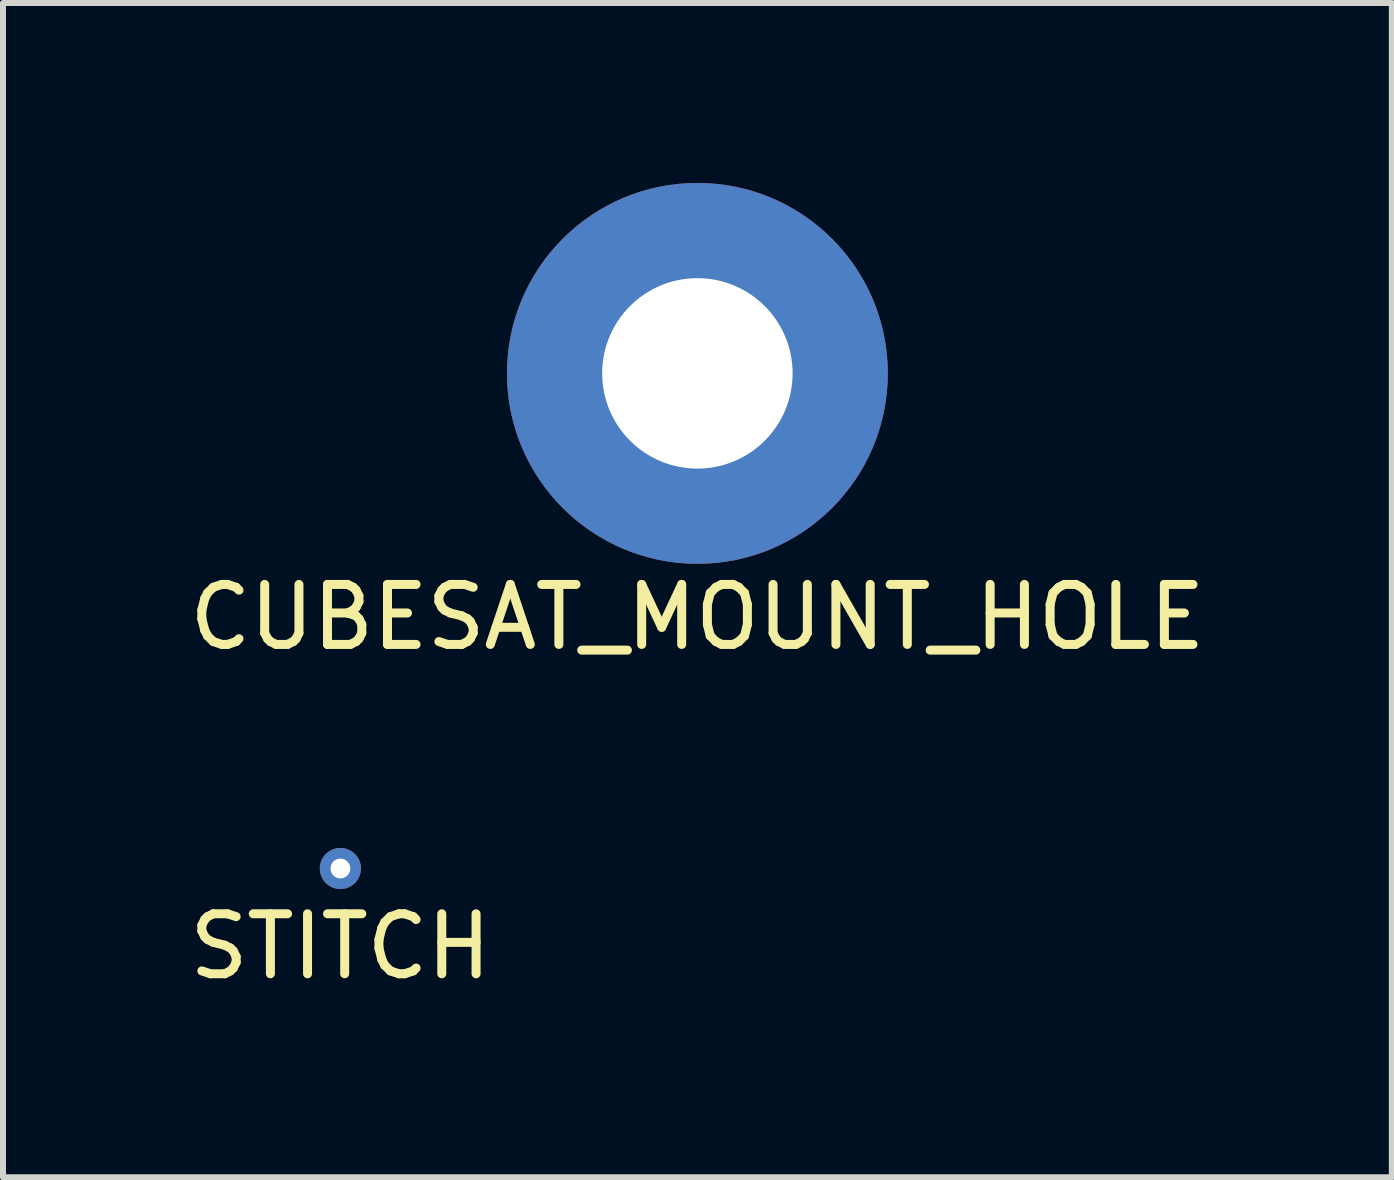
<source format=kicad_pcb>
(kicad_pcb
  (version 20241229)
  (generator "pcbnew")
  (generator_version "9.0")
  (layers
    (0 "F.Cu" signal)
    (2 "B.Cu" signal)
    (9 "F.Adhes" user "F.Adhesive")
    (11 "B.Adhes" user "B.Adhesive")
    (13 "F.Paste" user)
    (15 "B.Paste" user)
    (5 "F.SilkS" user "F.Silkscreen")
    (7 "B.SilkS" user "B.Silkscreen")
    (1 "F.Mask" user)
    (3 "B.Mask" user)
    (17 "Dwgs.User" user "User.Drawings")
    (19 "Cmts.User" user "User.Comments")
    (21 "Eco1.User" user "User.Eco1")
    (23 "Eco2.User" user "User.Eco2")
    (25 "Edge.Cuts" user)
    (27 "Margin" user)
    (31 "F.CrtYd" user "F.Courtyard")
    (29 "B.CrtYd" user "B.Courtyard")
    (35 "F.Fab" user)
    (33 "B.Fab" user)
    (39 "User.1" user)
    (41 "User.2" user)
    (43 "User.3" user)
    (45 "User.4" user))
  (footprint "STITCH"
    (layer "F.Cu")
    (at 2.625 11.43)
    (property "Reference" "STITCH" (at 0 1.3 0) (layer "F.SilkS") (effects (font (size 1 1) (thickness 0.15))))
    (attr through_hole)
    (pad "1" thru_hole circle (at 0 0) (size 0.686 0.686) (drill 0.33) (layers "*.Cu")))
  (footprint "CUBESAT_MOUNT_HOLE"
    (layer "F.Cu")
    (at 8.577 3.175)
    (property "Reference" "CUBESAT_MOUNT_HOLE" (at 0 4.064 0) (layer "F.SilkS") (effects (font (size 1 1) (thickness 0.15))))
    (attr through_hole)
    (pad "1" thru_hole circle (at 0 0) (size 6.35 6.35) (drill 3.175) (layers "*.Cu" "*.Mask")))
  (gr_rect
    (start -3 -3)
    (end 20.155 16.578)
    (stroke (width 0.1) (type default))
    (fill no)
    (layer "Edge.Cuts")))
</source>
